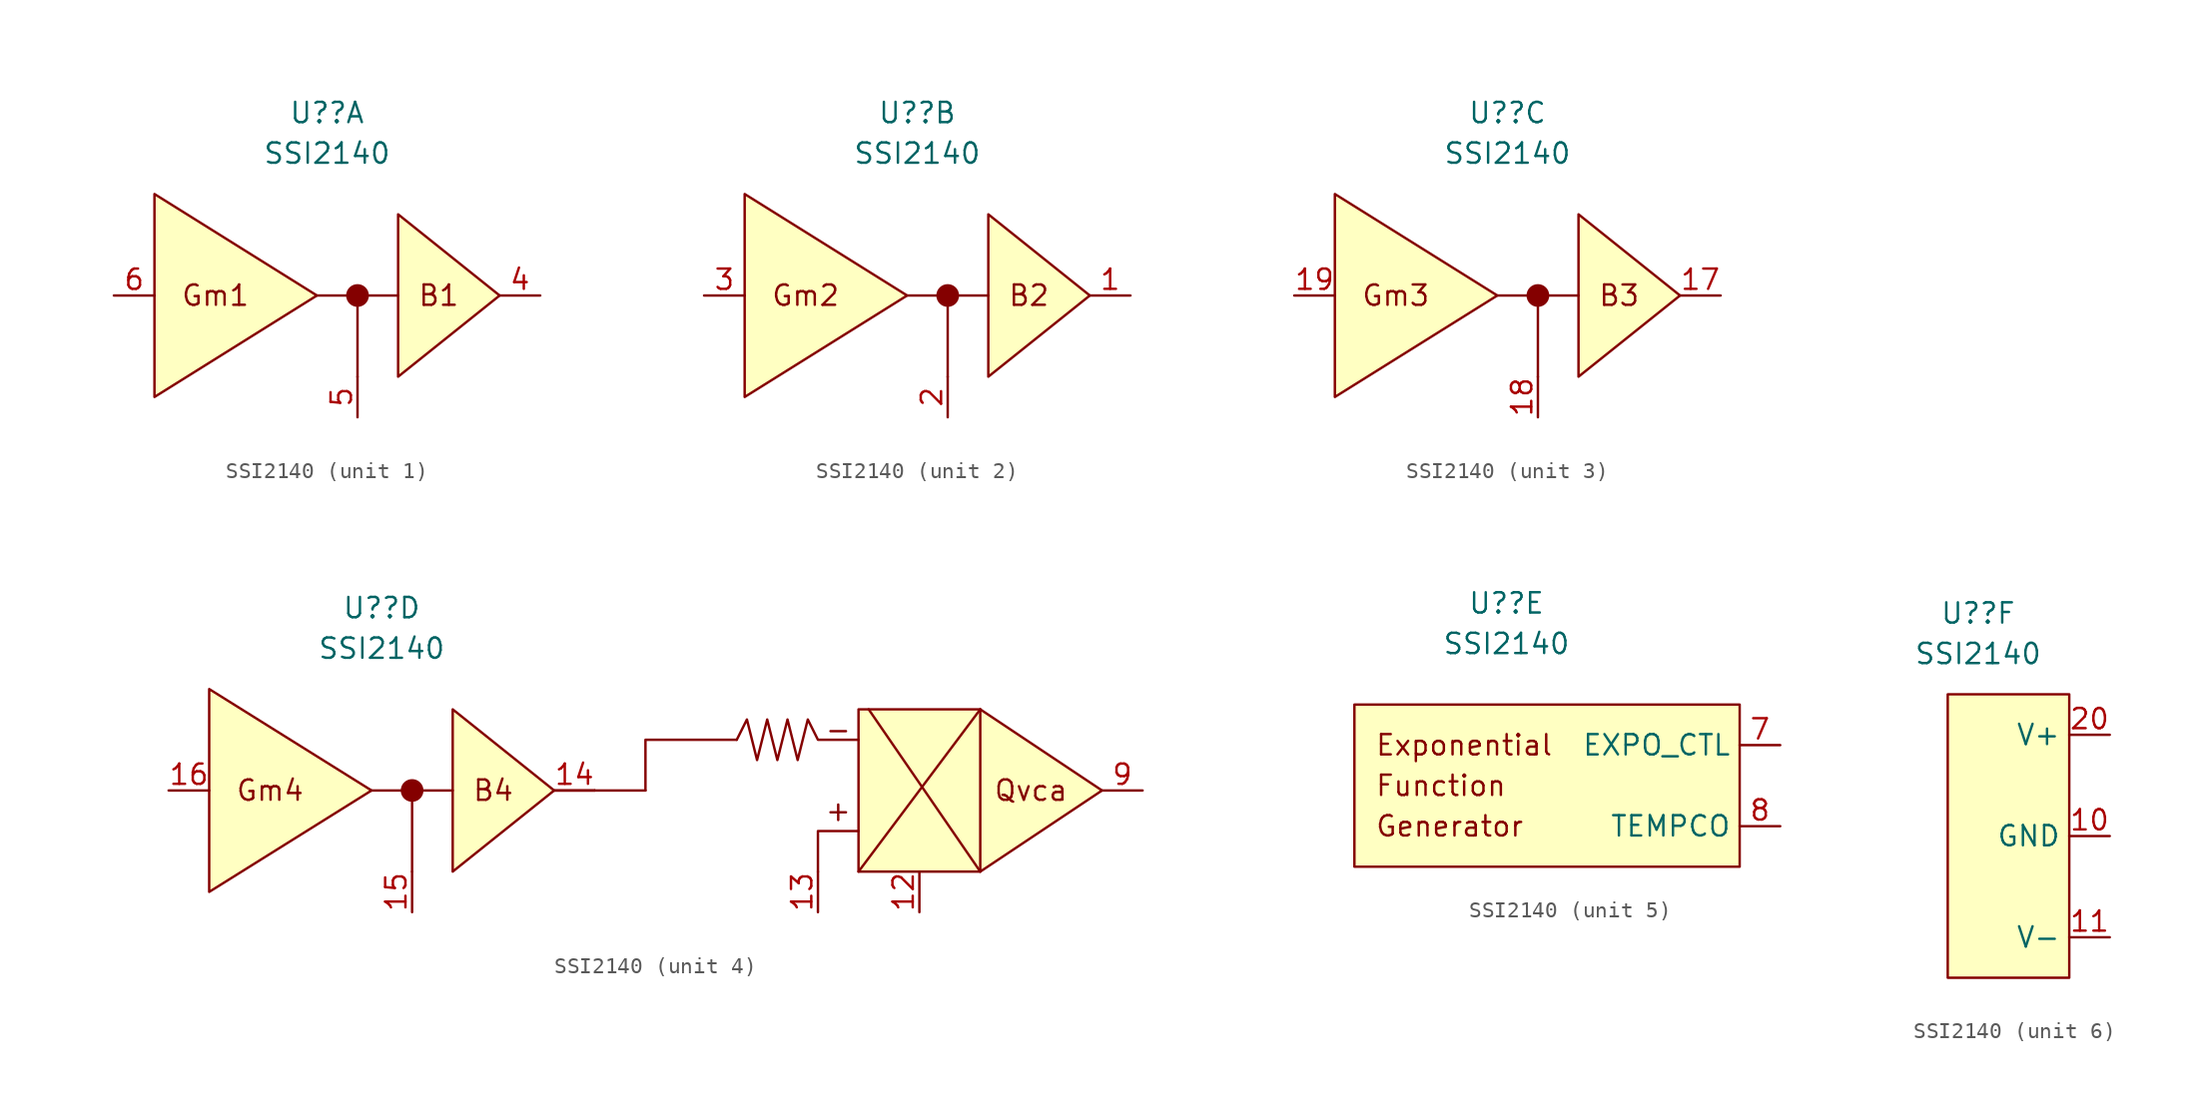
<source format=kicad_sym>
(kicad_symbol_lib
  (version 20220914)
  (generator kicad_symbol_editor)
  (symbol "SSI2140"
    (property "Reference" "U?"
      (at -1.905 11.43 0)
      (effects (font (size 1.27 1.27))))
    (property "Value" "SSI2140"
      (at -1.905 8.89 0)
      (effects (font (size 1.27 1.27))))
    (property "ki_locked" ""
      (at 0 0 0)
      (effects (font (size 1.27 1.27))))
    (symbol "SSI2140_1_0"
      (polyline (pts (xy 0 0) (xy -2.54 0)) (stroke (width 0) (type default)) (fill (type none)))
      (polyline (pts (xy 0 -5.08) (xy 0 0) (xy 2.54 0)) (stroke (width 0) (type default)) (fill (type none)))
      (polyline (pts (xy -2.54 0) (xy -12.7 6.35) (xy -12.7 -6.35) (xy -2.54 0)) (stroke (width 0) (type default)) (fill (type background)))
      (text "B1" (at 5.08 0 0) (effects (font (size 1.27 1.27))))
      (text "Gm1" (at -8.89 0 0) (effects (font (size 1.27 1.27)))))
    (symbol "SSI2140_1_1"
      (polyline (pts (xy 8.89 0) (xy 2.54 5.08) (xy 2.54 -5.08) (xy 8.89 0)) (stroke (width 0) (type default)) (fill (type background)))
      (circle (center 0 0) (radius 0.635) (stroke (width 0) (type default)) (fill (type outline)))
      (pin output line (at 11.43 0 180) (length 2.54) (name "" (effects (font (size 1.27 1.27)))) (number "4" (effects (font (size 1.27 1.27)))))
      (pin input line (at 0 -7.62 90) (length 2.54) (name "" (effects (font (size 1.27 1.27)))) (number "5" (effects (font (size 1.27 1.27)))))
      (pin input line (at -15.24 0 0) (length 2.54) (name "" (effects (font (size 1.27 1.27)))) (number "6" (effects (font (size 1.27 1.27))))))
    (symbol "SSI2140_2_0"
      (polyline (pts (xy 0 0) (xy -2.54 0)) (stroke (width 0) (type default)) (fill (type none)))
      (polyline (pts (xy 0 -5.08) (xy 0 0) (xy 2.54 0)) (stroke (width 0) (type default)) (fill (type none)))
      (polyline (pts (xy -2.54 0) (xy -12.7 6.35) (xy -12.7 -6.35) (xy -2.54 0)) (stroke (width 0) (type default)) (fill (type background)))
      (text "B2" (at 5.08 0 0) (effects (font (size 1.27 1.27))))
      (text "Gm2" (at -8.89 0 0) (effects (font (size 1.27 1.27)))))
    (symbol "SSI2140_2_1"
      (polyline (pts (xy 8.89 0) (xy 2.54 5.08) (xy 2.54 -5.08) (xy 8.89 0)) (stroke (width 0) (type default)) (fill (type background)))
      (circle (center 0 0) (radius 0.635) (stroke (width 0) (type default)) (fill (type outline)))
      (pin output line (at 11.43 0 180) (length 2.54) (name "" (effects (font (size 1.27 1.27)))) (number "1" (effects (font (size 1.27 1.27)))))
      (pin input line (at 0 -7.62 90) (length 2.54) (name "" (effects (font (size 1.27 1.27)))) (number "2" (effects (font (size 1.27 1.27)))))
      (pin input line (at -15.24 0 0) (length 2.54) (name "" (effects (font (size 1.27 1.27)))) (number "3" (effects (font (size 1.27 1.27))))))
    (symbol "SSI2140_3_0"
      (polyline (pts (xy 0 0) (xy -2.54 0)) (stroke (width 0) (type default)) (fill (type none)))
      (polyline (pts (xy 0 -5.08) (xy 0 0) (xy 2.54 0)) (stroke (width 0) (type default)) (fill (type none)))
      (polyline (pts (xy -2.54 0) (xy -12.7 6.35) (xy -12.7 -6.35) (xy -2.54 0)) (stroke (width 0) (type default)) (fill (type background)))
      (text "B3" (at 5.08 0 0) (effects (font (size 1.27 1.27))))
      (text "Gm3" (at -8.89 0 0) (effects (font (size 1.27 1.27)))))
    (symbol "SSI2140_3_1"
      (polyline (pts (xy 8.89 0) (xy 2.54 5.08) (xy 2.54 -5.08) (xy 8.89 0)) (stroke (width 0) (type default)) (fill (type background)))
      (circle (center 0 0) (radius 0.635) (stroke (width 0) (type default)) (fill (type outline)))
      (pin output line (at 11.43 0 180) (length 2.54) (name "" (effects (font (size 1.27 1.27)))) (number "17" (effects (font (size 1.27 1.27)))))
      (pin input line (at 0 -7.62 90) (length 2.54) (name "" (effects (font (size 1.27 1.27)))) (number "18" (effects (font (size 1.27 1.27)))))
      (pin input line (at -15.24 0 0) (length 2.54) (name "" (effects (font (size 1.27 1.27)))) (number "19" (effects (font (size 1.27 1.27))))))
    (symbol "SSI2140_4_0"
      (polyline (pts (xy 0 0) (xy -2.54 0)) (stroke (width 0) (type default)) (fill (type none)))
      (polyline (pts (xy 27.94 -5.08) (xy 35.56 5.08)) (stroke (width 0) (type default)) (fill (type none)))
      (polyline (pts (xy 35.56 -5.08) (xy 28.575 5.08)) (stroke (width 0) (type default)) (fill (type none)))
      (polyline (pts (xy 0 -5.08) (xy 0 0) (xy 2.54 0)) (stroke (width 0) (type default)) (fill (type none)))
      (polyline (pts (xy 11.43 0) (xy 11.43 0) (xy 8.89 0)) (stroke (width 0) (type default)) (fill (type none)))
      (polyline (pts (xy 20.32 3.175) (xy 14.605 3.175) (xy 14.605 0)) (stroke (width 0) (type default)) (fill (type none)))
      (polyline (pts (xy 25.4 -5.08) (xy 25.4 -2.54) (xy 27.94 -2.54)) (stroke (width 0) (type default)) (fill (type none)))
      (polyline (pts (xy -2.54 0) (xy -12.7 6.35) (xy -12.7 -6.35) (xy -2.54 0)) (stroke (width 0) (type default)) (fill (type background)))
      (polyline (pts (xy 35.56 5.08) (xy 27.94 5.08) (xy 27.94 -5.08) (xy 35.56 -5.08)) (stroke (width 0) (type default)) (fill (type background)))
      (polyline (pts (xy 43.18 0) (xy 35.56 5.08) (xy 35.56 -5.08) (xy 43.18 0)) (stroke (width 0) (type default)) (fill (type background)))
      (polyline (pts (xy 20.32 3.175) (xy 20.955 4.445) (xy 21.59 1.905) (xy 22.225 4.445) (xy 22.86 1.905) (xy 23.495 4.445) (xy 24.13 1.905) (xy 24.765 4.445) (xy 25.4 3.175) (xy 27.94 3.175)) (stroke (width 0) (type default)) (fill (type none)))
      (text "+" (at 26.67 -1.27 0) (effects (font (size 1.27 1.27))))
      (text "-" (at 26.67 3.81 0) (effects (font (size 1.27 1.27))))
      (text "B4" (at 5.08 0 0) (effects (font (size 1.27 1.27))))
      (text "Gm4" (at -8.89 0 0) (effects (font (size 1.27 1.27))))
      (text "Qvca" (at 38.735 0 0) (effects (font (size 1.27 1.27)))))
    (symbol "SSI2140_4_1"
      (polyline (pts (xy 11.43 0) (xy 14.605 0)) (stroke (width 0) (type default)) (fill (type none)))
      (polyline (pts (xy 8.89 0) (xy 2.54 5.08) (xy 2.54 -5.08) (xy 8.89 0)) (stroke (width 0) (type default)) (fill (type background)))
      (circle (center 0 0) (radius 0.635) (stroke (width 0) (type default)) (fill (type outline)))
      (pin input line (at 31.75 -7.62 90) (length 2.54) (name "" (effects (font (size 1.27 1.27)))) (number "12" (effects (font (size 1.27 1.27)))))
      (pin input line (at 25.4 -7.62 90) (length 2.54) (name "" (effects (font (size 1.27 1.27)))) (number "13" (effects (font (size 1.27 1.27)))))
      (pin output line (at 11.43 0 180) (length 2.54) (name "" (effects (font (size 1.27 1.27)))) (number "14" (effects (font (size 1.27 1.27)))))
      (pin input line (at 0 -7.62 90) (length 2.54) (name "" (effects (font (size 1.27 1.27)))) (number "15" (effects (font (size 1.27 1.27)))))
      (pin input line (at -15.24 0 0) (length 2.54) (name "" (effects (font (size 1.27 1.27)))) (number "16" (effects (font (size 1.27 1.27)))))
      (pin output line (at 45.72 0 180) (length 2.54) (name "" (effects (font (size 1.27 1.27)))) (number "9" (effects (font (size 1.27 1.27))))))
    (symbol "SSI2140_5_0"
      (text "Exponential" (at -10.16 2.54 0) (effects (font (size 1.27 1.27)) (justify left)))
      (text "Function" (at -10.16 0 0) (effects (font (size 1.27 1.27)) (justify left)))
      (text "Generator" (at -10.16 -2.54 0) (effects (font (size 1.27 1.27)) (justify left))))
    (symbol "SSI2140_5_1"
      (rectangle (start -11.43 5.08) (end 12.7 -5.08) (stroke (width 0) (type default)) (fill (type background)))
      (pin input line (at 15.24 2.54 180) (length 2.54) (name "EXPO_CTL" (effects (font (size 1.27 1.27)))) (number "7" (effects (font (size 1.27 1.27)))))
      (pin input line (at 15.24 -2.54 180) (length 2.54) (name "TEMPCO" (effects (font (size 1.27 1.27)))) (number "8" (effects (font (size 1.27 1.27))))))
    (symbol "SSI2140_6_0"
      (rectangle (start -3.81 6.35) (end 3.81 -11.43) (stroke (width 0) (type default)) (fill (type background))))
    (symbol "SSI2140_6_1"
      (pin power_in line (at 6.35 -2.54 180) (length 2.54) (name "GND" (effects (font (size 1.27 1.27)))) (number "10" (effects (font (size 1.27 1.27)))))
      (pin power_in line (at 6.35 -8.89 180) (length 2.54) (name "V-" (effects (font (size 1.27 1.27)))) (number "11" (effects (font (size 1.27 1.27)))))
      (pin power_in line (at 6.35 3.81 180) (length 2.54) (name "V+" (effects (font (size 1.27 1.27)))) (number "20" (effects (font (size 1.27 1.27))))))))
</source>
